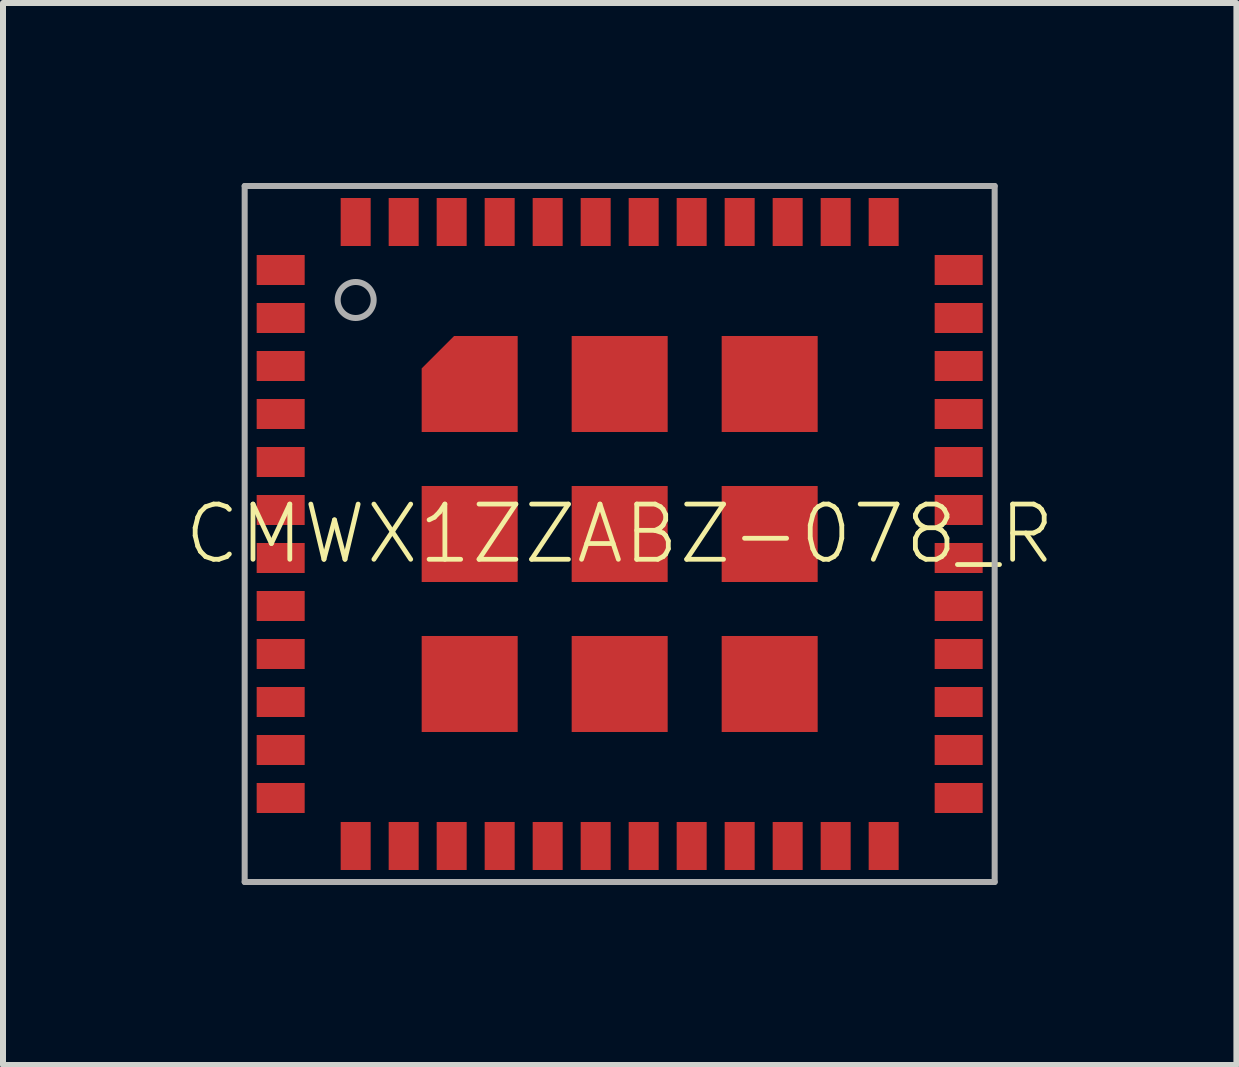
<source format=kicad_pcb>
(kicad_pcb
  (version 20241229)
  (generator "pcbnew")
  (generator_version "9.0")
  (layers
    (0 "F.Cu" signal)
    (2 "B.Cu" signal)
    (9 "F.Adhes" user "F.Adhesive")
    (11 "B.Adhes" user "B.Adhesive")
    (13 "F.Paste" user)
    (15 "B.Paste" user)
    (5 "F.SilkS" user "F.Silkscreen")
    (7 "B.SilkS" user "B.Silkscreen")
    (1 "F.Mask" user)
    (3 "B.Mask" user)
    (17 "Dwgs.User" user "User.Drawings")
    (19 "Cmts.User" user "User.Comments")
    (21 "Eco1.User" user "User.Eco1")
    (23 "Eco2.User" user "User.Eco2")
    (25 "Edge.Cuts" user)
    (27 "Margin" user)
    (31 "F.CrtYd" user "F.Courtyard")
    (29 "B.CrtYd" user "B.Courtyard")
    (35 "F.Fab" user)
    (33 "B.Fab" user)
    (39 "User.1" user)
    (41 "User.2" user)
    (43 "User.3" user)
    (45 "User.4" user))
  (footprint "CMWX1ZZABZ-078_R"
    (layer "F.Cu")
    (at 7.278 5.85)
    (property "Reference" "CMWX1ZZABZ-078_R" (at 0 0 0) (unlocked yes) (layer "F.SilkS") (effects (font (size 0.92 0.92) (thickness 0.08))))
    (fp_poly (pts (xy -1.7 -1.7) (xy -3.3 -1.7) (xy -3.3 -2.76) (xy -2.76 -3.3) (xy -1.7 -3.3)) (stroke (width 0) (type default)) (fill yes) (layer "F.Cu"))
    (fp_poly (pts (xy -3.35 0.85) (xy -1.65 0.85) (xy -1.65 -0.85) (xy -3.35 -0.85)) (stroke (width 0) (type default)) (fill yes) (layer "F.Mask"))
    (fp_poly (pts (xy -3.35 3.35) (xy -1.65 3.35) (xy -1.65 1.65) (xy -3.35 1.65)) (stroke (width 0) (type default)) (fill yes) (layer "F.Mask"))
    (fp_poly (pts (xy -0.85 -1.65) (xy 0.85 -1.65) (xy 0.85 -3.35) (xy -0.85 -3.35)) (stroke (width 0) (type default)) (fill yes) (layer "F.Mask"))
    (fp_poly (pts (xy -0.85 0.85) (xy 0.85 0.85) (xy 0.85 -0.85) (xy -0.85 -0.85)) (stroke (width 0) (type default)) (fill yes) (layer "F.Mask"))
    (fp_poly (pts (xy -0.85 3.35) (xy 0.85 3.35) (xy 0.85 1.65) (xy -0.85 1.65)) (stroke (width 0) (type default)) (fill yes) (layer "F.Mask"))
    (fp_poly (pts (xy 1.65 -1.65) (xy 3.35 -1.65) (xy 3.35 -3.35) (xy 1.65 -3.35)) (stroke (width 0) (type default)) (fill yes) (layer "F.Mask"))
    (fp_poly (pts (xy 1.65 0.85) (xy 3.35 0.85) (xy 3.35 -0.85) (xy 1.65 -0.85)) (stroke (width 0) (type default)) (fill yes) (layer "F.Mask"))
    (fp_poly (pts (xy 1.65 3.35) (xy 3.35 3.35) (xy 3.35 1.65) (xy 1.65 1.65)) (stroke (width 0) (type default)) (fill yes) (layer "F.Mask"))
    (fp_poly (pts (xy -1.65 -1.65) (xy -3.35 -1.65) (xy -3.35 -2.796) (xy -2.796 -3.35) (xy -1.65 -3.35)) (stroke (width 0) (type default)) (fill yes) (layer "F.Mask"))
    (fp_poly (pts (xy -2.6 -2.6) (xy -3.291 -2.6) (xy -2.6 -3.291)) (stroke (width 0) (type default)) (fill yes) (layer "F.Paste"))
    (fp_poly (pts (xy -5.25 -4.15) (xy -6.05 -4.15) (xy -6.05 -4.65) (xy -5.25 -4.65)) (stroke (width 0) (type default)) (fill yes) (layer "F.Paste"))
    (fp_poly (pts (xy -5.25 -3.35) (xy -6.05 -3.35) (xy -6.05 -3.85) (xy -5.25 -3.85)) (stroke (width 0) (type default)) (fill yes) (layer "F.Paste"))
    (fp_poly (pts (xy -5.25 -2.55) (xy -6.05 -2.55) (xy -6.05 -3.05) (xy -5.25 -3.05)) (stroke (width 0) (type default)) (fill yes) (layer "F.Paste"))
    (fp_poly (pts (xy -5.25 -1.75) (xy -6.05 -1.75) (xy -6.05 -2.25) (xy -5.25 -2.25)) (stroke (width 0) (type default)) (fill yes) (layer "F.Paste"))
    (fp_poly (pts (xy -5.25 -0.95) (xy -6.05 -0.95) (xy -6.05 -1.45) (xy -5.25 -1.45)) (stroke (width 0) (type default)) (fill yes) (layer "F.Paste"))
    (fp_poly (pts (xy -5.25 -0.15) (xy -6.05 -0.15) (xy -6.05 -0.65) (xy -5.25 -0.65)) (stroke (width 0) (type default)) (fill yes) (layer "F.Paste"))
    (fp_poly (pts (xy -5.25 0.65) (xy -6.05 0.65) (xy -6.05 0.15) (xy -5.25 0.15)) (stroke (width 0) (type default)) (fill yes) (layer "F.Paste"))
    (fp_poly (pts (xy -5.25 1.45) (xy -6.05 1.45) (xy -6.05 0.95) (xy -5.25 0.95)) (stroke (width 0) (type default)) (fill yes) (layer "F.Paste"))
    (fp_poly (pts (xy -5.25 2.25) (xy -6.05 2.25) (xy -6.05 1.75) (xy -5.25 1.75)) (stroke (width 0) (type default)) (fill yes) (layer "F.Paste"))
    (fp_poly (pts (xy -5.25 3.05) (xy -6.05 3.05) (xy -6.05 2.55) (xy -5.25 2.55)) (stroke (width 0) (type default)) (fill yes) (layer "F.Paste"))
    (fp_poly (pts (xy -5.25 3.85) (xy -6.05 3.85) (xy -6.05 3.35) (xy -5.25 3.35)) (stroke (width 0) (type default)) (fill yes) (layer "F.Paste"))
    (fp_poly (pts (xy -5.25 4.65) (xy -6.05 4.65) (xy -6.05 4.15) (xy -5.25 4.15)) (stroke (width 0) (type default)) (fill yes) (layer "F.Paste"))
    (fp_poly (pts (xy -4.15 -4.8) (xy -4.65 -4.8) (xy -4.65 -5.6) (xy -4.15 -5.6)) (stroke (width 0) (type default)) (fill yes) (layer "F.Paste"))
    (fp_poly (pts (xy -4.15 5.6) (xy -4.65 5.6) (xy -4.65 4.8) (xy -4.15 4.8)) (stroke (width 0) (type default)) (fill yes) (layer "F.Paste"))
    (fp_poly (pts (xy -3.35 -4.8) (xy -3.85 -4.8) (xy -3.85 -5.6) (xy -3.35 -5.6)) (stroke (width 0) (type default)) (fill yes) (layer "F.Paste"))
    (fp_poly (pts (xy -3.35 5.6) (xy -3.85 5.6) (xy -3.85 4.8) (xy -3.35 4.8)) (stroke (width 0) (type default)) (fill yes) (layer "F.Paste"))
    (fp_poly (pts (xy -2.6 -1.85) (xy -3.15 -1.85) (xy -3.15 -2.4) (xy -2.6 -2.4)) (stroke (width 0) (type default)) (fill yes) (layer "F.Paste"))
    (fp_poly (pts (xy -2.6 -0.1) (xy -3.15 -0.1) (xy -3.15 -0.65) (xy -2.6 -0.65)) (stroke (width 0) (type default)) (fill yes) (layer "F.Paste"))
    (fp_poly (pts (xy -2.6 0.65) (xy -3.15 0.65) (xy -3.15 0.1) (xy -2.6 0.1)) (stroke (width 0) (type default)) (fill yes) (layer "F.Paste"))
    (fp_poly (pts (xy -2.6 2.4) (xy -3.15 2.4) (xy -3.15 1.85) (xy -2.6 1.85)) (stroke (width 0) (type default)) (fill yes) (layer "F.Paste"))
    (fp_poly (pts (xy -2.6 3.15) (xy -3.15 3.15) (xy -3.15 2.6) (xy -2.6 2.6)) (stroke (width 0) (type default)) (fill yes) (layer "F.Paste"))
    (fp_poly (pts (xy -2.55 -4.8) (xy -3.05 -4.8) (xy -3.05 -5.6) (xy -2.55 -5.6)) (stroke (width 0) (type default)) (fill yes) (layer "F.Paste"))
    (fp_poly (pts (xy -2.55 5.6) (xy -3.05 5.6) (xy -3.05 4.8) (xy -2.55 4.8)) (stroke (width 0) (type default)) (fill yes) (layer "F.Paste"))
    (fp_poly (pts (xy -1.85 -2.6) (xy -2.4 -2.6) (xy -2.4 -3.15) (xy -1.85 -3.15)) (stroke (width 0) (type default)) (fill yes) (layer "F.Paste"))
    (fp_poly (pts (xy -1.85 -1.85) (xy -2.4 -1.85) (xy -2.4 -2.4) (xy -1.85 -2.4)) (stroke (width 0) (type default)) (fill yes) (layer "F.Paste"))
    (fp_poly (pts (xy -1.85 -0.1) (xy -2.4 -0.1) (xy -2.4 -0.65) (xy -1.85 -0.65)) (stroke (width 0) (type default)) (fill yes) (layer "F.Paste"))
    (fp_poly (pts (xy -1.85 0.65) (xy -2.4 0.65) (xy -2.4 0.1) (xy -1.85 0.1)) (stroke (width 0) (type default)) (fill yes) (layer "F.Paste"))
    (fp_poly (pts (xy -1.85 2.4) (xy -2.4 2.4) (xy -2.4 1.85) (xy -1.85 1.85)) (stroke (width 0) (type default)) (fill yes) (layer "F.Paste"))
    (fp_poly (pts (xy -1.85 3.15) (xy -2.4 3.15) (xy -2.4 2.6) (xy -1.85 2.6)) (stroke (width 0) (type default)) (fill yes) (layer "F.Paste"))
    (fp_poly (pts (xy -1.75 -4.8) (xy -2.25 -4.8) (xy -2.25 -5.6) (xy -1.75 -5.6)) (stroke (width 0) (type default)) (fill yes) (layer "F.Paste"))
    (fp_poly (pts (xy -1.75 5.6) (xy -2.25 5.6) (xy -2.25 4.8) (xy -1.75 4.8)) (stroke (width 0) (type default)) (fill yes) (layer "F.Paste"))
    (fp_poly (pts (xy -0.95 -4.8) (xy -1.45 -4.8) (xy -1.45 -5.6) (xy -0.95 -5.6)) (stroke (width 0) (type default)) (fill yes) (layer "F.Paste"))
    (fp_poly (pts (xy -0.95 5.6) (xy -1.45 5.6) (xy -1.45 4.8) (xy -0.95 4.8)) (stroke (width 0) (type default)) (fill yes) (layer "F.Paste"))
    (fp_poly (pts (xy -0.15 -4.8) (xy -0.65 -4.8) (xy -0.65 -5.6) (xy -0.15 -5.6)) (stroke (width 0) (type default)) (fill yes) (layer "F.Paste"))
    (fp_poly (pts (xy -0.15 5.6) (xy -0.65 5.6) (xy -0.65 4.8) (xy -0.15 4.8)) (stroke (width 0) (type default)) (fill yes) (layer "F.Paste"))
    (fp_poly (pts (xy -0.1 -2.6) (xy -0.65 -2.6) (xy -0.65 -3.15) (xy -0.1 -3.15)) (stroke (width 0) (type default)) (fill yes) (layer "F.Paste"))
    (fp_poly (pts (xy -0.1 -1.85) (xy -0.65 -1.85) (xy -0.65 -2.4) (xy -0.1 -2.4)) (stroke (width 0) (type default)) (fill yes) (layer "F.Paste"))
    (fp_poly (pts (xy -0.1 -0.1) (xy -0.65 -0.1) (xy -0.65 -0.65) (xy -0.1 -0.65)) (stroke (width 0) (type default)) (fill yes) (layer "F.Paste"))
    (fp_poly (pts (xy -0.1 0.65) (xy -0.65 0.65) (xy -0.65 0.1) (xy -0.1 0.1)) (stroke (width 0) (type default)) (fill yes) (layer "F.Paste"))
    (fp_poly (pts (xy -0.1 2.4) (xy -0.65 2.4) (xy -0.65 1.85) (xy -0.1 1.85)) (stroke (width 0) (type default)) (fill yes) (layer "F.Paste"))
    (fp_poly (pts (xy -0.1 3.15) (xy -0.65 3.15) (xy -0.65 2.6) (xy -0.1 2.6)) (stroke (width 0) (type default)) (fill yes) (layer "F.Paste"))
    (fp_poly (pts (xy 0.65 -4.8) (xy 0.15 -4.8) (xy 0.15 -5.6) (xy 0.65 -5.6)) (stroke (width 0) (type default)) (fill yes) (layer "F.Paste"))
    (fp_poly (pts (xy 0.65 -2.6) (xy 0.1 -2.6) (xy 0.1 -3.15) (xy 0.65 -3.15)) (stroke (width 0) (type default)) (fill yes) (layer "F.Paste"))
    (fp_poly (pts (xy 0.65 -1.85) (xy 0.1 -1.85) (xy 0.1 -2.4) (xy 0.65 -2.4)) (stroke (width 0) (type default)) (fill yes) (layer "F.Paste"))
    (fp_poly (pts (xy 0.65 -0.1) (xy 0.1 -0.1) (xy 0.1 -0.65) (xy 0.65 -0.65)) (stroke (width 0) (type default)) (fill yes) (layer "F.Paste"))
    (fp_poly (pts (xy 0.65 0.65) (xy 0.1 0.65) (xy 0.1 0.1) (xy 0.65 0.1)) (stroke (width 0) (type default)) (fill yes) (layer "F.Paste"))
    (fp_poly (pts (xy 0.65 2.4) (xy 0.1 2.4) (xy 0.1 1.85) (xy 0.65 1.85)) (stroke (width 0) (type default)) (fill yes) (layer "F.Paste"))
    (fp_poly (pts (xy 0.65 3.15) (xy 0.1 3.15) (xy 0.1 2.6) (xy 0.65 2.6)) (stroke (width 0) (type default)) (fill yes) (layer "F.Paste"))
    (fp_poly (pts (xy 0.65 5.6) (xy 0.15 5.6) (xy 0.15 4.8) (xy 0.65 4.8)) (stroke (width 0) (type default)) (fill yes) (layer "F.Paste"))
    (fp_poly (pts (xy 1.45 -4.8) (xy 0.95 -4.8) (xy 0.95 -5.6) (xy 1.45 -5.6)) (stroke (width 0) (type default)) (fill yes) (layer "F.Paste"))
    (fp_poly (pts (xy 1.45 5.6) (xy 0.95 5.6) (xy 0.95 4.8) (xy 1.45 4.8)) (stroke (width 0) (type default)) (fill yes) (layer "F.Paste"))
    (fp_poly (pts (xy 2.25 -4.8) (xy 1.75 -4.8) (xy 1.75 -5.6) (xy 2.25 -5.6)) (stroke (width 0) (type default)) (fill yes) (layer "F.Paste"))
    (fp_poly (pts (xy 2.25 5.6) (xy 1.75 5.6) (xy 1.75 4.8) (xy 2.25 4.8)) (stroke (width 0) (type default)) (fill yes) (layer "F.Paste"))
    (fp_poly (pts (xy 2.4 -2.6) (xy 1.85 -2.6) (xy 1.85 -3.15) (xy 2.4 -3.15)) (stroke (width 0) (type default)) (fill yes) (layer "F.Paste"))
    (fp_poly (pts (xy 2.4 -1.85) (xy 1.85 -1.85) (xy 1.85 -2.4) (xy 2.4 -2.4)) (stroke (width 0) (type default)) (fill yes) (layer "F.Paste"))
    (fp_poly (pts (xy 2.4 -0.1) (xy 1.85 -0.1) (xy 1.85 -0.65) (xy 2.4 -0.65)) (stroke (width 0) (type default)) (fill yes) (layer "F.Paste"))
    (fp_poly (pts (xy 2.4 0.65) (xy 1.85 0.65) (xy 1.85 0.1) (xy 2.4 0.1)) (stroke (width 0) (type default)) (fill yes) (layer "F.Paste"))
    (fp_poly (pts (xy 2.4 2.4) (xy 1.85 2.4) (xy 1.85 1.85) (xy 2.4 1.85)) (stroke (width 0) (type default)) (fill yes) (layer "F.Paste"))
    (fp_poly (pts (xy 2.4 3.15) (xy 1.85 3.15) (xy 1.85 2.6) (xy 2.4 2.6)) (stroke (width 0) (type default)) (fill yes) (layer "F.Paste"))
    (fp_poly (pts (xy 2.6 3.15) (xy 3.15 3.15) (xy 3.15 2.6) (xy 2.6 2.6)) (stroke (width 0) (type default)) (fill yes) (layer "F.Paste"))
    (fp_poly (pts (xy 3.05 -4.8) (xy 2.55 -4.8) (xy 2.55 -5.6) (xy 3.05 -5.6)) (stroke (width 0) (type default)) (fill yes) (layer "F.Paste"))
    (fp_poly (pts (xy 3.05 5.6) (xy 2.55 5.6) (xy 2.55 4.8) (xy 3.05 4.8)) (stroke (width 0) (type default)) (fill yes) (layer "F.Paste"))
    (fp_poly (pts (xy 3.15 -2.6) (xy 2.6 -2.6) (xy 2.6 -3.15) (xy 3.15 -3.15)) (stroke (width 0) (type default)) (fill yes) (layer "F.Paste"))
    (fp_poly (pts (xy 3.15 -1.85) (xy 2.6 -1.85) (xy 2.6 -2.4) (xy 3.15 -2.4)) (stroke (width 0) (type default)) (fill yes) (layer "F.Paste"))
    (fp_poly (pts (xy 3.15 -0.1) (xy 2.6 -0.1) (xy 2.6 -0.65) (xy 3.15 -0.65)) (stroke (width 0) (type default)) (fill yes) (layer "F.Paste"))
    (fp_poly (pts (xy 3.15 0.65) (xy 2.6 0.65) (xy 2.6 0.1) (xy 3.15 0.1)) (stroke (width 0) (type default)) (fill yes) (layer "F.Paste"))
    (fp_poly (pts (xy 3.15 2.4) (xy 2.6 2.4) (xy 2.6 1.85) (xy 3.15 1.85)) (stroke (width 0) (type default)) (fill yes) (layer "F.Paste"))
    (fp_poly (pts (xy 3.15 3.15) (xy 2.6 3.15) (xy 2.6 2.6) (xy 3.15 2.6)) (stroke (width 0) (type default)) (fill yes) (layer "F.Paste"))
    (fp_poly (pts (xy 3.85 -4.8) (xy 3.35 -4.8) (xy 3.35 -5.6) (xy 3.85 -5.6)) (stroke (width 0) (type default)) (fill yes) (layer "F.Paste"))
    (fp_poly (pts (xy 3.85 5.6) (xy 3.35 5.6) (xy 3.35 4.8) (xy 3.85 4.8)) (stroke (width 0) (type default)) (fill yes) (layer "F.Paste"))
    (fp_poly (pts (xy 4.65 -4.8) (xy 4.15 -4.8) (xy 4.15 -5.6) (xy 4.65 -5.6)) (stroke (width 0) (type default)) (fill yes) (layer "F.Paste"))
    (fp_poly (pts (xy 4.65 5.6) (xy 4.15 5.6) (xy 4.15 4.8) (xy 4.65 4.8)) (stroke (width 0) (type default)) (fill yes) (layer "F.Paste"))
    (fp_poly (pts (xy 6.05 -4.15) (xy 5.25 -4.15) (xy 5.25 -4.65) (xy 6.05 -4.65)) (stroke (width 0) (type default)) (fill yes) (layer "F.Paste"))
    (fp_poly (pts (xy 6.05 -3.35) (xy 5.25 -3.35) (xy 5.25 -3.85) (xy 6.05 -3.85)) (stroke (width 0) (type default)) (fill yes) (layer "F.Paste"))
    (fp_poly (pts (xy 6.05 -2.55) (xy 5.25 -2.55) (xy 5.25 -3.05) (xy 6.05 -3.05)) (stroke (width 0) (type default)) (fill yes) (layer "F.Paste"))
    (fp_poly (pts (xy 6.05 -1.75) (xy 5.25 -1.75) (xy 5.25 -2.25) (xy 6.05 -2.25)) (stroke (width 0) (type default)) (fill yes) (layer "F.Paste"))
    (fp_poly (pts (xy 6.05 -0.95) (xy 5.25 -0.95) (xy 5.25 -1.45) (xy 6.05 -1.45)) (stroke (width 0) (type default)) (fill yes) (layer "F.Paste"))
    (fp_poly (pts (xy 6.05 -0.15) (xy 5.25 -0.15) (xy 5.25 -0.65) (xy 6.05 -0.65)) (stroke (width 0) (type default)) (fill yes) (layer "F.Paste"))
    (fp_poly (pts (xy 6.05 0.65) (xy 5.25 0.65) (xy 5.25 0.15) (xy 6.05 0.15)) (stroke (width 0) (type default)) (fill yes) (layer "F.Paste"))
    (fp_poly (pts (xy 6.05 1.45) (xy 5.25 1.45) (xy 5.25 0.95) (xy 6.05 0.95)) (stroke (width 0) (type default)) (fill yes) (layer "F.Paste"))
    (fp_poly (pts (xy 6.05 2.25) (xy 5.25 2.25) (xy 5.25 1.75) (xy 6.05 1.75)) (stroke (width 0) (type default)) (fill yes) (layer "F.Paste"))
    (fp_poly (pts (xy 6.05 3.05) (xy 5.25 3.05) (xy 5.25 2.55) (xy 6.05 2.55)) (stroke (width 0) (type default)) (fill yes) (layer "F.Paste"))
    (fp_poly (pts (xy 6.05 3.85) (xy 5.25 3.85) (xy 5.25 3.35) (xy 6.05 3.35)) (stroke (width 0) (type default)) (fill yes) (layer "F.Paste"))
    (fp_poly (pts (xy 6.05 4.65) (xy 5.25 4.65) (xy 5.25 4.15) (xy 6.05 4.15)) (stroke (width 0) (type default)) (fill yes) (layer "F.Paste"))
    (fp_line (start -6.25 -5.8) (end -6.25 5.8) (stroke (width 0.1) (type solid)) (layer "F.Fab"))
    (fp_line (start -6.25 5.8) (end 6.25 5.8) (stroke (width 0.1) (type solid)) (layer "F.Fab"))
    (fp_line (start 6.25 -5.8) (end -6.25 -5.8) (stroke (width 0.1) (type solid)) (layer "F.Fab"))
    (fp_line (start 6.25 5.8) (end 6.25 -5.8) (stroke (width 0.1) (type solid)) (layer "F.Fab"))
    (fp_circle (center -4.4 -3.9) (end -4.1 -3.9) (stroke (width 0.1) (type solid)) (fill no) (layer "F.Fab"))
    (pad "1" smd rect (at -5.65 -4.4 90) (size 0.5 0.8) (layers "F.Cu" "F.Mask"))
    (pad "2" smd rect (at -5.65 -3.6 90) (size 0.5 0.8) (layers "F.Cu" "F.Mask"))
    (pad "3" smd rect (at -5.65 -2.8 90) (size 0.5 0.8) (layers "F.Cu" "F.Mask"))
    (pad "4" smd rect (at -5.65 -2 90) (size 0.5 0.8) (layers "F.Cu" "F.Mask"))
    (pad "5" smd rect (at -5.65 -1.2 90) (size 0.5 0.8) (layers "F.Cu" "F.Mask"))
    (pad "6" smd rect (at -5.65 -0.4 90) (size 0.5 0.8) (layers "F.Cu" "F.Mask"))
    (pad "7" smd rect (at -5.65 0.4 90) (size 0.5 0.8) (layers "F.Cu" "F.Mask"))
    (pad "8" smd rect (at -5.65 1.2 90) (size 0.5 0.8) (layers "F.Cu" "F.Mask"))
    (pad "9" smd rect (at -5.65 2 90) (size 0.5 0.8) (layers "F.Cu" "F.Mask"))
    (pad "10" smd rect (at -5.65 2.8 90) (size 0.5 0.8) (layers "F.Cu" "F.Mask"))
    (pad "11" smd rect (at -5.65 3.6 90) (size 0.5 0.8) (layers "F.Cu" "F.Mask"))
    (pad "12" smd rect (at -5.65 4.4 90) (size 0.5 0.8) (layers "F.Cu" "F.Mask"))
    (pad "13" smd rect (at -4.4 5.2) (size 0.5 0.8) (layers "F.Cu" "F.Mask"))
    (pad "14" smd rect (at -3.6 5.2) (size 0.5 0.8) (layers "F.Cu" "F.Mask"))
    (pad "15" smd rect (at -2.8 5.2) (size 0.5 0.8) (layers "F.Cu" "F.Mask"))
    (pad "16" smd rect (at -2 5.2) (size 0.5 0.8) (layers "F.Cu" "F.Mask"))
    (pad "17" smd rect (at -1.2 5.2) (size 0.5 0.8) (layers "F.Cu" "F.Mask"))
    (pad "18" smd rect (at -0.4 5.2) (size 0.5 0.8) (layers "F.Cu" "F.Mask"))
    (pad "19" smd rect (at 0.4 5.2) (size 0.5 0.8) (layers "F.Cu" "F.Mask"))
    (pad "20" smd rect (at 1.2 5.2) (size 0.5 0.8) (layers "F.Cu" "F.Mask"))
    (pad "21" smd rect (at 2 5.2) (size 0.5 0.8) (layers "F.Cu" "F.Mask"))
    (pad "22" smd rect (at 2.8 5.2) (size 0.5 0.8) (layers "F.Cu" "F.Mask"))
    (pad "23" smd rect (at 3.6 5.2) (size 0.5 0.8) (layers "F.Cu" "F.Mask"))
    (pad "24" smd rect (at 4.4 5.2) (size 0.5 0.8) (layers "F.Cu" "F.Mask"))
    (pad "25" smd rect (at 5.65 4.4 90) (size 0.5 0.8) (layers "F.Cu" "F.Mask"))
    (pad "26" smd rect (at 5.65 3.6 90) (size 0.5 0.8) (layers "F.Cu" "F.Mask"))
    (pad "27" smd rect (at 5.65 2.8 90) (size 0.5 0.8) (layers "F.Cu" "F.Mask"))
    (pad "28" smd rect (at 5.65 2 90) (size 0.5 0.8) (layers "F.Cu" "F.Mask"))
    (pad "29" smd rect (at 5.65 1.2 90) (size 0.5 0.8) (layers "F.Cu" "F.Mask"))
    (pad "30" smd rect (at 5.65 0.4 90) (size 0.5 0.8) (layers "F.Cu" "F.Mask"))
    (pad "31" smd rect (at 5.65 -0.4 90) (size 0.5 0.8) (layers "F.Cu" "F.Mask"))
    (pad "32" smd rect (at 5.65 -1.2 90) (size 0.5 0.8) (layers "F.Cu" "F.Mask"))
    (pad "33" smd rect (at 5.65 -2 90) (size 0.5 0.8) (layers "F.Cu" "F.Mask"))
    (pad "34" smd rect (at 5.65 -2.8 90) (size 0.5 0.8) (layers "F.Cu" "F.Mask"))
    (pad "35" smd rect (at 5.65 -3.6 90) (size 0.5 0.8) (layers "F.Cu" "F.Mask"))
    (pad "36" smd rect (at 5.65 -4.4 90) (size 0.5 0.8) (layers "F.Cu" "F.Mask"))
    (pad "37" smd rect (at 4.4 -5.2) (size 0.5 0.8) (layers "F.Cu" "F.Mask"))
    (pad "38" smd rect (at 3.6 -5.2) (size 0.5 0.8) (layers "F.Cu" "F.Mask"))
    (pad "39" smd rect (at 2.8 -5.2) (size 0.5 0.8) (layers "F.Cu" "F.Mask"))
    (pad "40" smd rect (at 2 -5.2) (size 0.5 0.8) (layers "F.Cu" "F.Mask"))
    (pad "41" smd rect (at 1.2 -5.2) (size 0.5 0.8) (layers "F.Cu" "F.Mask"))
    (pad "42" smd rect (at 0.4 -5.2) (size 0.5 0.8) (layers "F.Cu" "F.Mask"))
    (pad "43" smd rect (at -0.4 -5.2) (size 0.5 0.8) (layers "F.Cu" "F.Mask"))
    (pad "44" smd rect (at -1.2 -5.2) (size 0.5 0.8) (layers "F.Cu" "F.Mask"))
    (pad "45" smd rect (at -2 -5.2) (size 0.5 0.8) (layers "F.Cu" "F.Mask"))
    (pad "46" smd rect (at -2.8 -5.2) (size 0.5 0.8) (layers "F.Cu" "F.Mask"))
    (pad "47" smd rect (at -3.6 -5.2) (size 0.5 0.8) (layers "F.Cu" "F.Mask"))
    (pad "48" smd rect (at -4.4 -5.2) (size 0.5 0.8) (layers "F.Cu" "F.Mask"))
    (pad "49" smd rect (at -2.5 -2.5) (size 1 1) (layers "F.Cu"))
    (pad "50" smd rect (at 0 -2.5) (size 1.6 1.6) (layers "F.Cu"))
    (pad "51" smd rect (at 2.5 -2.5) (size 1.6 1.6) (layers "F.Cu"))
    (pad "52" smd rect (at -2.5 0) (size 1.6 1.6) (layers "F.Cu"))
    (pad "53" smd rect (at 0 0) (size 1.6 1.6) (layers "F.Cu"))
    (pad "54" smd rect (at 2.5 0) (size 1.6 1.6) (layers "F.Cu"))
    (pad "55" smd rect (at -2.5 2.5) (size 1.6 1.6) (layers "F.Cu"))
    (pad "56" smd rect (at 0 2.5) (size 1.6 1.6) (layers "F.Cu"))
    (pad "57" smd rect (at 2.5 2.5) (size 1.6 1.6) (layers "F.Cu")))
  (gr_rect
    (start -3 -3)
    (end 17.557 14.7)
    (stroke (width 0.1) (type default))
    (fill no)
    (layer "Edge.Cuts")))
</source>
